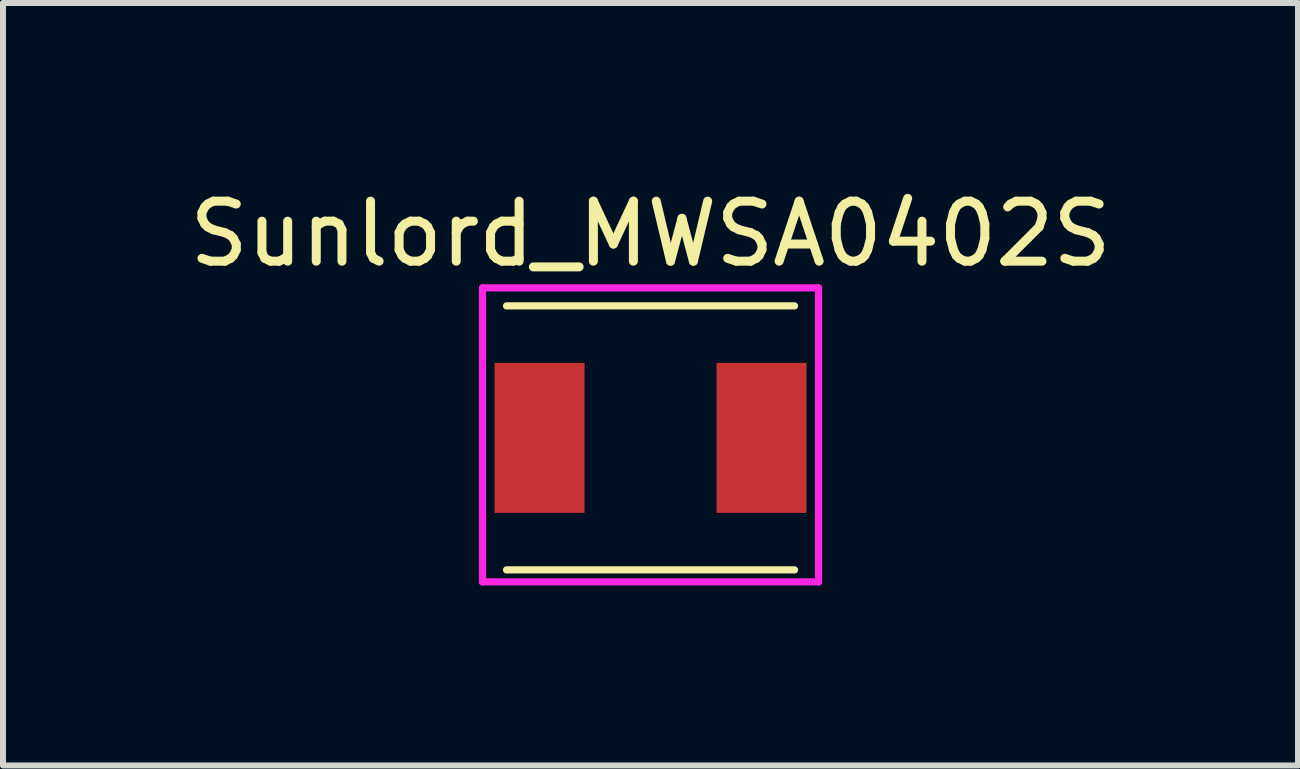
<source format=kicad_pcb>
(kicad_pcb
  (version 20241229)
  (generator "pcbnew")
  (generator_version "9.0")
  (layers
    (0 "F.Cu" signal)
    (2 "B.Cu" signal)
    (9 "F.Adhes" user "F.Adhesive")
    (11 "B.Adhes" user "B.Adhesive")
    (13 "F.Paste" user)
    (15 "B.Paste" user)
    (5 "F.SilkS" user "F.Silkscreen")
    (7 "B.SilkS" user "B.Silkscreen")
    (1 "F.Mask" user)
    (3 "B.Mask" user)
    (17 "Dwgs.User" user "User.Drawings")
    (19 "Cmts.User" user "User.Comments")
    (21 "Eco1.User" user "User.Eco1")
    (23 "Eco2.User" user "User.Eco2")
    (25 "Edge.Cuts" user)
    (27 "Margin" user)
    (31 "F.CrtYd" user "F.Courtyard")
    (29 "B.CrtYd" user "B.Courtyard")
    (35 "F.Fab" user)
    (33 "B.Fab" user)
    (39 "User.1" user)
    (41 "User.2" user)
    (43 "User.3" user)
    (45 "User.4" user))
  (footprint "Sunlord_MWSA0402S"
    (layer "F.Cu")
    (at 7.792 4.248)
    (property "Reference" "Sunlord_MWSA0402S" (at 0 -3.4 0) (layer "F.SilkS") (effects (font (size 1 1) (thickness 0.15))))
    (attr smd)
    (fp_line (start 2.4 -2.2) (end -2.4 -2.2) (stroke (width 0.12) (type solid)) (layer "F.SilkS"))
    (fp_line (start 2.4 2.2) (end -2.4 2.2) (stroke (width 0.12) (type solid)) (layer "F.SilkS"))
    (fp_line (start -2.8 -2.5) (end -2.8 2.4) (stroke (width 0.12) (type solid)) (layer "F.CrtYd"))
    (fp_line (start -2.8 2.4) (end 2.8 2.4) (stroke (width 0.12) (type solid)) (layer "F.CrtYd"))
    (fp_line (start 2.8 -2.5) (end -2.8 -2.5) (stroke (width 0.12) (type solid)) (layer "F.CrtYd"))
    (fp_line (start 2.8 2.4) (end 2.8 -2.5) (stroke (width 0.12) (type solid)) (layer "F.CrtYd"))
    (pad "1" smd rect (at -1.1 0) (size 1.5 2.5) (drill (offset -0.75 0)) (layers "F.Cu" "F.Mask" "F.Paste"))
    (pad "2" smd rect (at 1.1 0) (size 1.5 2.5) (drill (offset 0.75 0)) (layers "F.Cu" "F.Mask" "F.Paste")))
  (gr_rect
    (start -3 -3)
    (end 18.583 9.708)
    (stroke (width 0.1) (type default))
    (fill no)
    (layer "Edge.Cuts")))
</source>
